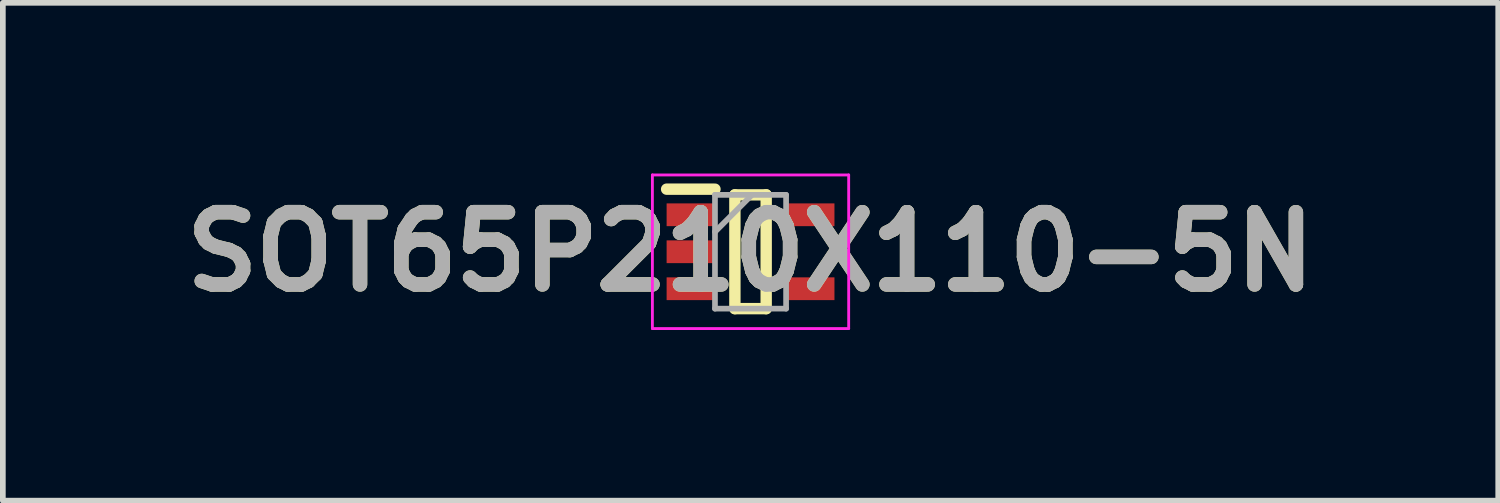
<source format=kicad_pcb>
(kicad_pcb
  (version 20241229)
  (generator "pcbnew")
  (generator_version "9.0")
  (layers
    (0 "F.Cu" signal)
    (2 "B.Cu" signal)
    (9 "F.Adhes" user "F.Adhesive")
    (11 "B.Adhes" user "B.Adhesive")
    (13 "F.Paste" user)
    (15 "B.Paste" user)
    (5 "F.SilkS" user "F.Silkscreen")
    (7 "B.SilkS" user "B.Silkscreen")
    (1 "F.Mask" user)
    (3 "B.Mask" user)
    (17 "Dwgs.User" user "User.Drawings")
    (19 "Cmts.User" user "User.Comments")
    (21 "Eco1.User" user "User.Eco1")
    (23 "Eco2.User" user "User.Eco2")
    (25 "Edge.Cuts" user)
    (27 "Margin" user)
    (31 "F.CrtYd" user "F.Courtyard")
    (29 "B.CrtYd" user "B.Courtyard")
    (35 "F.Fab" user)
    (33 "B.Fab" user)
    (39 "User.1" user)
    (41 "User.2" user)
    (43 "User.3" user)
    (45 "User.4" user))
  (footprint "SOT65P210X110-5N"
    (layer "F.Cu")
    (at 10.142 1.375)
    (property "Reference" "SOT65P210X110-5N" (at 0 0 0) (layer "F.SilkS") (effects (font (size 1.27 1.27) (thickness 0.254))))
    (attr smd)
    (fp_line (start -1.475 -1.1) (end -0.625 -1.1) (stroke (width 0.2) (type solid)) (layer "F.SilkS"))
    (fp_line (start -0.275 -1) (end 0.275 -1) (stroke (width 0.2) (type solid)) (layer "F.SilkS"))
    (fp_line (start -0.275 1) (end -0.275 -1) (stroke (width 0.2) (type solid)) (layer "F.SilkS"))
    (fp_line (start 0.275 -1) (end 0.275 1) (stroke (width 0.2) (type solid)) (layer "F.SilkS"))
    (fp_line (start 0.275 1) (end -0.275 1) (stroke (width 0.2) (type solid)) (layer "F.SilkS"))
    (fp_line (start -1.725 -1.35) (end 1.725 -1.35) (stroke (width 0.05) (type solid)) (layer "F.CrtYd"))
    (fp_line (start -1.725 1.35) (end -1.725 -1.35) (stroke (width 0.05) (type solid)) (layer "F.CrtYd"))
    (fp_line (start 1.725 -1.35) (end 1.725 1.35) (stroke (width 0.05) (type solid)) (layer "F.CrtYd"))
    (fp_line (start 1.725 1.35) (end -1.725 1.35) (stroke (width 0.05) (type solid)) (layer "F.CrtYd"))
    (fp_line (start -0.625 -1) (end 0.625 -1) (stroke (width 0.1) (type solid)) (layer "F.Fab"))
    (fp_line (start -0.625 -0.35) (end 0.025 -1) (stroke (width 0.1) (type solid)) (layer "F.Fab"))
    (fp_line (start -0.625 1) (end -0.625 -1) (stroke (width 0.1) (type solid)) (layer "F.Fab"))
    (fp_line (start 0.625 -1) (end 0.625 1) (stroke (width 0.1) (type solid)) (layer "F.Fab"))
    (fp_line (start 0.625 1) (end -0.625 1) (stroke (width 0.1) (type solid)) (layer "F.Fab"))
    (fp_text user "${REFERENCE}" (at 0 0 0) (layer "F.Fab") (effects (font (size 1.27 1.27) (thickness 0.254))))
    (pad "1" smd rect (at -1.05 -0.65 90) (size 0.4 0.85) (layers "F.Cu" "F.Mask" "F.Paste"))
    (pad "2" smd rect (at -1.05 0 90) (size 0.4 0.85) (layers "F.Cu" "F.Mask" "F.Paste"))
    (pad "3" smd rect (at -1.05 0.65 90) (size 0.4 0.85) (layers "F.Cu" "F.Mask" "F.Paste"))
    (pad "4" smd rect (at 1.05 0.65 90) (size 0.4 0.85) (layers "F.Cu" "F.Mask" "F.Paste"))
    (pad "5" smd rect (at 1.05 -0.65 90) (size 0.4 0.85) (layers "F.Cu" "F.Mask" "F.Paste")))
  (gr_rect
    (start -3 -3)
    (end 23.284 5.75)
    (stroke (width 0.1) (type default))
    (fill no)
    (layer "Edge.Cuts")))
</source>
